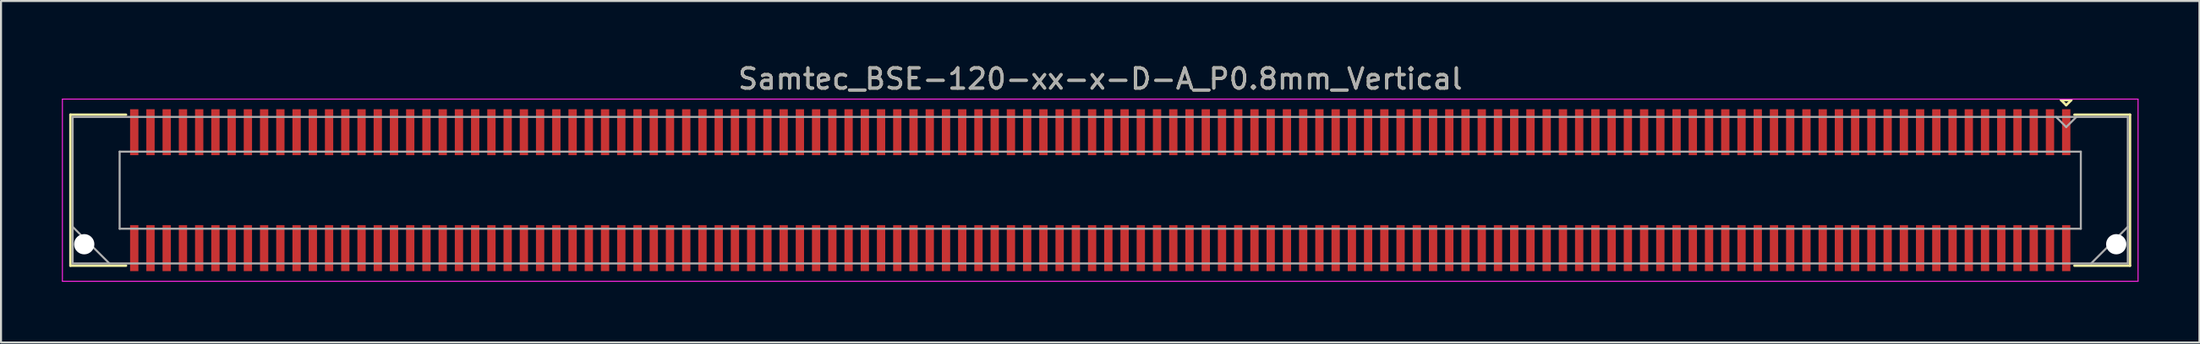
<source format=kicad_pcb>
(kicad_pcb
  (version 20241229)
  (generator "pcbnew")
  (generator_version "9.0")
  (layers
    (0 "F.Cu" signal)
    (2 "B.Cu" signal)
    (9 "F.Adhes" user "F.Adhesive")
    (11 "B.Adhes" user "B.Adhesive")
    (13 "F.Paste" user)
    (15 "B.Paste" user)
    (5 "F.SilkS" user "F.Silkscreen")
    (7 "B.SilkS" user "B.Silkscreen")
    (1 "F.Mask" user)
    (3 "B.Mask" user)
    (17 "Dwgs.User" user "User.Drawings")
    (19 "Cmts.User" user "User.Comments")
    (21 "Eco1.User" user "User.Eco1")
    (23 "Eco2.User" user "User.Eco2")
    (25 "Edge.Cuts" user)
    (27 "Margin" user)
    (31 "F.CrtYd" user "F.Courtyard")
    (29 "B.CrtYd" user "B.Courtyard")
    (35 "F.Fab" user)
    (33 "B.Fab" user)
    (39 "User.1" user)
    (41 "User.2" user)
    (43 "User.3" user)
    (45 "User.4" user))
  (footprint "Samtec_BSE-120-xx-x-D-A_P0.8mm_Vertical"
    (layer "F.Cu")
    (at 51.165 6.348)
    (property "Reference" "Samtec_BSE-120-xx-x-D-A_P0.8mm_Vertical" (at 0 -5.5 0) (layer "F.SilkS") (effects (font (size 1 1) (thickness 0.15))))
    (attr smd)
    (fp_line (start -50.745 -3.73) (end -48.005 -3.73) (stroke (width 0.12) (type solid)) (layer "F.SilkS"))
    (fp_line (start -50.745 3.73) (end -50.745 -3.73) (stroke (width 0.12) (type solid)) (layer "F.SilkS"))
    (fp_line (start -48.005 3.73) (end -50.745 3.73) (stroke (width 0.12) (type solid)) (layer "F.SilkS"))
    (fp_line (start 47.35 -4.45) (end 47.85 -4.45) (stroke (width 0.12) (type solid)) (layer "F.SilkS"))
    (fp_line (start 47.6 -4.2) (end 47.35 -4.45) (stroke (width 0.12) (type solid)) (layer "F.SilkS"))
    (fp_line (start 47.85 -4.45) (end 47.6 -4.2) (stroke (width 0.12) (type solid)) (layer "F.SilkS"))
    (fp_line (start 48.005 3.73) (end 50.745 3.73) (stroke (width 0.12) (type solid)) (layer "F.SilkS"))
    (fp_line (start 50.745 -3.73) (end 48.005 -3.73) (stroke (width 0.12) (type solid)) (layer "F.SilkS"))
    (fp_line (start 50.745 3.73) (end 50.745 -3.73) (stroke (width 0.12) (type solid)) (layer "F.SilkS"))
    (fp_line (start -51.14 -4.5) (end -51.14 4.5) (stroke (width 0.05) (type solid)) (layer "F.CrtYd"))
    (fp_line (start -51.14 4.5) (end 51.14 4.5) (stroke (width 0.05) (type solid)) (layer "F.CrtYd"))
    (fp_line (start 51.14 -4.5) (end -51.14 -4.5) (stroke (width 0.05) (type solid)) (layer "F.CrtYd"))
    (fp_line (start 51.14 4.5) (end 51.14 -4.5) (stroke (width 0.05) (type solid)) (layer "F.CrtYd"))
    (fp_line (start -50.635 -3.62) (end -50.635 3.62) (stroke (width 0.1) (type solid)) (layer "F.Fab"))
    (fp_line (start -50.635 1.81) (end -48.825 3.62) (stroke (width 0.1) (type solid)) (layer "F.Fab"))
    (fp_line (start -50.635 3.62) (end 50.635 3.62) (stroke (width 0.1) (type solid)) (layer "F.Fab"))
    (fp_line (start -48.32 -1.905) (end -48.32 1.905) (stroke (width 0.1) (type solid)) (layer "F.Fab"))
    (fp_line (start -48.32 1.905) (end 48.32 1.905) (stroke (width 0.1) (type solid)) (layer "F.Fab"))
    (fp_line (start 47.6 -3.12) (end 47.1 -3.62) (stroke (width 0.1) (type solid)) (layer "F.Fab"))
    (fp_line (start 48.1 -3.62) (end 47.6 -3.12) (stroke (width 0.1) (type solid)) (layer "F.Fab"))
    (fp_line (start 48.32 -1.905) (end -48.32 -1.905) (stroke (width 0.1) (type solid)) (layer "F.Fab"))
    (fp_line (start 48.32 1.905) (end 48.32 -1.905) (stroke (width 0.1) (type solid)) (layer "F.Fab"))
    (fp_line (start 50.635 -3.62) (end -50.635 -3.62) (stroke (width 0.1) (type solid)) (layer "F.Fab"))
    (fp_line (start 50.635 1.81) (end 48.825 3.62) (stroke (width 0.1) (type solid)) (layer "F.Fab"))
    (fp_line (start 50.635 3.62) (end 50.635 -3.62) (stroke (width 0.1) (type solid)) (layer "F.Fab"))
    (fp_text user "${REFERENCE}" (at 0 -5.5 0) (layer "F.Fab") (effects (font (size 1 1) (thickness 0.15))))
    (pad "" np_thru_hole circle (at -50.065 2.67) (size 1 1) (drill 1) (layers "*.Cu" "*.Mask"))
    (pad "" np_thru_hole circle (at 50.065 2.67) (size 1 1) (drill 1) (layers "*.Cu" "*.Mask"))
    (pad "1" smd rect (at 47.6 -2.865) (size 0.41 2.27) (layers "F.Cu" "F.Mask" "F.Paste"))
    (pad "2" smd rect (at 47.6 2.865) (size 0.41 2.27) (layers "F.Cu" "F.Mask" "F.Paste"))
    (pad "3" smd rect (at 46.8 -2.865) (size 0.41 2.27) (layers "F.Cu" "F.Mask" "F.Paste"))
    (pad "4" smd rect (at 46.8 2.865) (size 0.41 2.27) (layers "F.Cu" "F.Mask" "F.Paste"))
    (pad "5" smd rect (at 46 -2.865) (size 0.41 2.27) (layers "F.Cu" "F.Mask" "F.Paste"))
    (pad "6" smd rect (at 46 2.865) (size 0.41 2.27) (layers "F.Cu" "F.Mask" "F.Paste"))
    (pad "7" smd rect (at 45.2 -2.865) (size 0.41 2.27) (layers "F.Cu" "F.Mask" "F.Paste"))
    (pad "8" smd rect (at 45.2 2.865) (size 0.41 2.27) (layers "F.Cu" "F.Mask" "F.Paste"))
    (pad "9" smd rect (at 44.4 -2.865) (size 0.41 2.27) (layers "F.Cu" "F.Mask" "F.Paste"))
    (pad "10" smd rect (at 44.4 2.865) (size 0.41 2.27) (layers "F.Cu" "F.Mask" "F.Paste"))
    (pad "11" smd rect (at 43.6 -2.865) (size 0.41 2.27) (layers "F.Cu" "F.Mask" "F.Paste"))
    (pad "12" smd rect (at 43.6 2.865) (size 0.41 2.27) (layers "F.Cu" "F.Mask" "F.Paste"))
    (pad "13" smd rect (at 42.8 -2.865) (size 0.41 2.27) (layers "F.Cu" "F.Mask" "F.Paste"))
    (pad "14" smd rect (at 42.8 2.865) (size 0.41 2.27) (layers "F.Cu" "F.Mask" "F.Paste"))
    (pad "15" smd rect (at 42 -2.865) (size 0.41 2.27) (layers "F.Cu" "F.Mask" "F.Paste"))
    (pad "16" smd rect (at 42 2.865) (size 0.41 2.27) (layers "F.Cu" "F.Mask" "F.Paste"))
    (pad "17" smd rect (at 41.2 -2.865) (size 0.41 2.27) (layers "F.Cu" "F.Mask" "F.Paste"))
    (pad "18" smd rect (at 41.2 2.865) (size 0.41 2.27) (layers "F.Cu" "F.Mask" "F.Paste"))
    (pad "19" smd rect (at 40.4 -2.865) (size 0.41 2.27) (layers "F.Cu" "F.Mask" "F.Paste"))
    (pad "20" smd rect (at 40.4 2.865) (size 0.41 2.27) (layers "F.Cu" "F.Mask" "F.Paste"))
    (pad "21" smd rect (at 39.6 -2.865) (size 0.41 2.27) (layers "F.Cu" "F.Mask" "F.Paste"))
    (pad "22" smd rect (at 39.6 2.865) (size 0.41 2.27) (layers "F.Cu" "F.Mask" "F.Paste"))
    (pad "23" smd rect (at 38.8 -2.865) (size 0.41 2.27) (layers "F.Cu" "F.Mask" "F.Paste"))
    (pad "24" smd rect (at 38.8 2.865) (size 0.41 2.27) (layers "F.Cu" "F.Mask" "F.Paste"))
    (pad "25" smd rect (at 38 -2.865) (size 0.41 2.27) (layers "F.Cu" "F.Mask" "F.Paste"))
    (pad "26" smd rect (at 38 2.865) (size 0.41 2.27) (layers "F.Cu" "F.Mask" "F.Paste"))
    (pad "27" smd rect (at 37.2 -2.865) (size 0.41 2.27) (layers "F.Cu" "F.Mask" "F.Paste"))
    (pad "28" smd rect (at 37.2 2.865) (size 0.41 2.27) (layers "F.Cu" "F.Mask" "F.Paste"))
    (pad "29" smd rect (at 36.4 -2.865) (size 0.41 2.27) (layers "F.Cu" "F.Mask" "F.Paste"))
    (pad "30" smd rect (at 36.4 2.865) (size 0.41 2.27) (layers "F.Cu" "F.Mask" "F.Paste"))
    (pad "31" smd rect (at 35.6 -2.865) (size 0.41 2.27) (layers "F.Cu" "F.Mask" "F.Paste"))
    (pad "32" smd rect (at 35.6 2.865) (size 0.41 2.27) (layers "F.Cu" "F.Mask" "F.Paste"))
    (pad "33" smd rect (at 34.8 -2.865) (size 0.41 2.27) (layers "F.Cu" "F.Mask" "F.Paste"))
    (pad "34" smd rect (at 34.8 2.865) (size 0.41 2.27) (layers "F.Cu" "F.Mask" "F.Paste"))
    (pad "35" smd rect (at 34 -2.865) (size 0.41 2.27) (layers "F.Cu" "F.Mask" "F.Paste"))
    (pad "36" smd rect (at 34 2.865) (size 0.41 2.27) (layers "F.Cu" "F.Mask" "F.Paste"))
    (pad "37" smd rect (at 33.2 -2.865) (size 0.41 2.27) (layers "F.Cu" "F.Mask" "F.Paste"))
    (pad "38" smd rect (at 33.2 2.865) (size 0.41 2.27) (layers "F.Cu" "F.Mask" "F.Paste"))
    (pad "39" smd rect (at 32.4 -2.865) (size 0.41 2.27) (layers "F.Cu" "F.Mask" "F.Paste"))
    (pad "40" smd rect (at 32.4 2.865) (size 0.41 2.27) (layers "F.Cu" "F.Mask" "F.Paste"))
    (pad "41" smd rect (at 31.6 -2.865) (size 0.41 2.27) (layers "F.Cu" "F.Mask" "F.Paste"))
    (pad "42" smd rect (at 31.6 2.865) (size 0.41 2.27) (layers "F.Cu" "F.Mask" "F.Paste"))
    (pad "43" smd rect (at 30.8 -2.865) (size 0.41 2.27) (layers "F.Cu" "F.Mask" "F.Paste"))
    (pad "44" smd rect (at 30.8 2.865) (size 0.41 2.27) (layers "F.Cu" "F.Mask" "F.Paste"))
    (pad "45" smd rect (at 30 -2.865) (size 0.41 2.27) (layers "F.Cu" "F.Mask" "F.Paste"))
    (pad "46" smd rect (at 30 2.865) (size 0.41 2.27) (layers "F.Cu" "F.Mask" "F.Paste"))
    (pad "47" smd rect (at 29.2 -2.865) (size 0.41 2.27) (layers "F.Cu" "F.Mask" "F.Paste"))
    (pad "48" smd rect (at 29.2 2.865) (size 0.41 2.27) (layers "F.Cu" "F.Mask" "F.Paste"))
    (pad "49" smd rect (at 28.4 -2.865) (size 0.41 2.27) (layers "F.Cu" "F.Mask" "F.Paste"))
    (pad "50" smd rect (at 28.4 2.865) (size 0.41 2.27) (layers "F.Cu" "F.Mask" "F.Paste"))
    (pad "51" smd rect (at 27.6 -2.865) (size 0.41 2.27) (layers "F.Cu" "F.Mask" "F.Paste"))
    (pad "52" smd rect (at 27.6 2.865) (size 0.41 2.27) (layers "F.Cu" "F.Mask" "F.Paste"))
    (pad "53" smd rect (at 26.8 -2.865) (size 0.41 2.27) (layers "F.Cu" "F.Mask" "F.Paste"))
    (pad "54" smd rect (at 26.8 2.865) (size 0.41 2.27) (layers "F.Cu" "F.Mask" "F.Paste"))
    (pad "55" smd rect (at 26 -2.865) (size 0.41 2.27) (layers "F.Cu" "F.Mask" "F.Paste"))
    (pad "56" smd rect (at 26 2.865) (size 0.41 2.27) (layers "F.Cu" "F.Mask" "F.Paste"))
    (pad "57" smd rect (at 25.2 -2.865) (size 0.41 2.27) (layers "F.Cu" "F.Mask" "F.Paste"))
    (pad "58" smd rect (at 25.2 2.865) (size 0.41 2.27) (layers "F.Cu" "F.Mask" "F.Paste"))
    (pad "59" smd rect (at 24.4 -2.865) (size 0.41 2.27) (layers "F.Cu" "F.Mask" "F.Paste"))
    (pad "60" smd rect (at 24.4 2.865) (size 0.41 2.27) (layers "F.Cu" "F.Mask" "F.Paste"))
    (pad "61" smd rect (at 23.6 -2.865) (size 0.41 2.27) (layers "F.Cu" "F.Mask" "F.Paste"))
    (pad "62" smd rect (at 23.6 2.865) (size 0.41 2.27) (layers "F.Cu" "F.Mask" "F.Paste"))
    (pad "63" smd rect (at 22.8 -2.865) (size 0.41 2.27) (layers "F.Cu" "F.Mask" "F.Paste"))
    (pad "64" smd rect (at 22.8 2.865) (size 0.41 2.27) (layers "F.Cu" "F.Mask" "F.Paste"))
    (pad "65" smd rect (at 22 -2.865) (size 0.41 2.27) (layers "F.Cu" "F.Mask" "F.Paste"))
    (pad "66" smd rect (at 22 2.865) (size 0.41 2.27) (layers "F.Cu" "F.Mask" "F.Paste"))
    (pad "67" smd rect (at 21.2 -2.865) (size 0.41 2.27) (layers "F.Cu" "F.Mask" "F.Paste"))
    (pad "68" smd rect (at 21.2 2.865) (size 0.41 2.27) (layers "F.Cu" "F.Mask" "F.Paste"))
    (pad "69" smd rect (at 20.4 -2.865) (size 0.41 2.27) (layers "F.Cu" "F.Mask" "F.Paste"))
    (pad "70" smd rect (at 20.4 2.865) (size 0.41 2.27) (layers "F.Cu" "F.Mask" "F.Paste"))
    (pad "71" smd rect (at 19.6 -2.865) (size 0.41 2.27) (layers "F.Cu" "F.Mask" "F.Paste"))
    (pad "72" smd rect (at 19.6 2.865) (size 0.41 2.27) (layers "F.Cu" "F.Mask" "F.Paste"))
    (pad "73" smd rect (at 18.8 -2.865) (size 0.41 2.27) (layers "F.Cu" "F.Mask" "F.Paste"))
    (pad "74" smd rect (at 18.8 2.865) (size 0.41 2.27) (layers "F.Cu" "F.Mask" "F.Paste"))
    (pad "75" smd rect (at 18 -2.865) (size 0.41 2.27) (layers "F.Cu" "F.Mask" "F.Paste"))
    (pad "76" smd rect (at 18 2.865) (size 0.41 2.27) (layers "F.Cu" "F.Mask" "F.Paste"))
    (pad "77" smd rect (at 17.2 -2.865) (size 0.41 2.27) (layers "F.Cu" "F.Mask" "F.Paste"))
    (pad "78" smd rect (at 17.2 2.865) (size 0.41 2.27) (layers "F.Cu" "F.Mask" "F.Paste"))
    (pad "79" smd rect (at 16.4 -2.865) (size 0.41 2.27) (layers "F.Cu" "F.Mask" "F.Paste"))
    (pad "80" smd rect (at 16.4 2.865) (size 0.41 2.27) (layers "F.Cu" "F.Mask" "F.Paste"))
    (pad "81" smd rect (at 15.6 -2.865) (size 0.41 2.27) (layers "F.Cu" "F.Mask" "F.Paste"))
    (pad "82" smd rect (at 15.6 2.865) (size 0.41 2.27) (layers "F.Cu" "F.Mask" "F.Paste"))
    (pad "83" smd rect (at 14.8 -2.865) (size 0.41 2.27) (layers "F.Cu" "F.Mask" "F.Paste"))
    (pad "84" smd rect (at 14.8 2.865) (size 0.41 2.27) (layers "F.Cu" "F.Mask" "F.Paste"))
    (pad "85" smd rect (at 14 -2.865) (size 0.41 2.27) (layers "F.Cu" "F.Mask" "F.Paste"))
    (pad "86" smd rect (at 14 2.865) (size 0.41 2.27) (layers "F.Cu" "F.Mask" "F.Paste"))
    (pad "87" smd rect (at 13.2 -2.865) (size 0.41 2.27) (layers "F.Cu" "F.Mask" "F.Paste"))
    (pad "88" smd rect (at 13.2 2.865) (size 0.41 2.27) (layers "F.Cu" "F.Mask" "F.Paste"))
    (pad "89" smd rect (at 12.4 -2.865) (size 0.41 2.27) (layers "F.Cu" "F.Mask" "F.Paste"))
    (pad "90" smd rect (at 12.4 2.865) (size 0.41 2.27) (layers "F.Cu" "F.Mask" "F.Paste"))
    (pad "91" smd rect (at 11.6 -2.865) (size 0.41 2.27) (layers "F.Cu" "F.Mask" "F.Paste"))
    (pad "92" smd rect (at 11.6 2.865) (size 0.41 2.27) (layers "F.Cu" "F.Mask" "F.Paste"))
    (pad "93" smd rect (at 10.8 -2.865) (size 0.41 2.27) (layers "F.Cu" "F.Mask" "F.Paste"))
    (pad "94" smd rect (at 10.8 2.865) (size 0.41 2.27) (layers "F.Cu" "F.Mask" "F.Paste"))
    (pad "95" smd rect (at 10 -2.865) (size 0.41 2.27) (layers "F.Cu" "F.Mask" "F.Paste"))
    (pad "96" smd rect (at 10 2.865) (size 0.41 2.27) (layers "F.Cu" "F.Mask" "F.Paste"))
    (pad "97" smd rect (at 9.2 -2.865) (size 0.41 2.27) (layers "F.Cu" "F.Mask" "F.Paste"))
    (pad "98" smd rect (at 9.2 2.865) (size 0.41 2.27) (layers "F.Cu" "F.Mask" "F.Paste"))
    (pad "99" smd rect (at 8.4 -2.865) (size 0.41 2.27) (layers "F.Cu" "F.Mask" "F.Paste"))
    (pad "100" smd rect (at 8.4 2.865) (size 0.41 2.27) (layers "F.Cu" "F.Mask" "F.Paste"))
    (pad "101" smd rect (at 7.6 -2.865) (size 0.41 2.27) (layers "F.Cu" "F.Mask" "F.Paste"))
    (pad "102" smd rect (at 7.6 2.865) (size 0.41 2.27) (layers "F.Cu" "F.Mask" "F.Paste"))
    (pad "103" smd rect (at 6.8 -2.865) (size 0.41 2.27) (layers "F.Cu" "F.Mask" "F.Paste"))
    (pad "104" smd rect (at 6.8 2.865) (size 0.41 2.27) (layers "F.Cu" "F.Mask" "F.Paste"))
    (pad "105" smd rect (at 6 -2.865) (size 0.41 2.27) (layers "F.Cu" "F.Mask" "F.Paste"))
    (pad "106" smd rect (at 6 2.865) (size 0.41 2.27) (layers "F.Cu" "F.Mask" "F.Paste"))
    (pad "107" smd rect (at 5.2 -2.865) (size 0.41 2.27) (layers "F.Cu" "F.Mask" "F.Paste"))
    (pad "108" smd rect (at 5.2 2.865) (size 0.41 2.27) (layers "F.Cu" "F.Mask" "F.Paste"))
    (pad "109" smd rect (at 4.4 -2.865) (size 0.41 2.27) (layers "F.Cu" "F.Mask" "F.Paste"))
    (pad "110" smd rect (at 4.4 2.865) (size 0.41 2.27) (layers "F.Cu" "F.Mask" "F.Paste"))
    (pad "111" smd rect (at 3.6 -2.865) (size 0.41 2.27) (layers "F.Cu" "F.Mask" "F.Paste"))
    (pad "112" smd rect (at 3.6 2.865) (size 0.41 2.27) (layers "F.Cu" "F.Mask" "F.Paste"))
    (pad "113" smd rect (at 2.8 -2.865) (size 0.41 2.27) (layers "F.Cu" "F.Mask" "F.Paste"))
    (pad "114" smd rect (at 2.8 2.865) (size 0.41 2.27) (layers "F.Cu" "F.Mask" "F.Paste"))
    (pad "115" smd rect (at 2 -2.865) (size 0.41 2.27) (layers "F.Cu" "F.Mask" "F.Paste"))
    (pad "116" smd rect (at 2 2.865) (size 0.41 2.27) (layers "F.Cu" "F.Mask" "F.Paste"))
    (pad "117" smd rect (at 1.2 -2.865) (size 0.41 2.27) (layers "F.Cu" "F.Mask" "F.Paste"))
    (pad "118" smd rect (at 1.2 2.865) (size 0.41 2.27) (layers "F.Cu" "F.Mask" "F.Paste"))
    (pad "119" smd rect (at 0.4 -2.865) (size 0.41 2.27) (layers "F.Cu" "F.Mask" "F.Paste"))
    (pad "120" smd rect (at 0.4 2.865) (size 0.41 2.27) (layers "F.Cu" "F.Mask" "F.Paste"))
    (pad "121" smd rect (at -0.4 -2.865) (size 0.41 2.27) (layers "F.Cu" "F.Mask" "F.Paste"))
    (pad "122" smd rect (at -0.4 2.865) (size 0.41 2.27) (layers "F.Cu" "F.Mask" "F.Paste"))
    (pad "123" smd rect (at -1.2 -2.865) (size 0.41 2.27) (layers "F.Cu" "F.Mask" "F.Paste"))
    (pad "124" smd rect (at -1.2 2.865) (size 0.41 2.27) (layers "F.Cu" "F.Mask" "F.Paste"))
    (pad "125" smd rect (at -2 -2.865) (size 0.41 2.27) (layers "F.Cu" "F.Mask" "F.Paste"))
    (pad "126" smd rect (at -2 2.865) (size 0.41 2.27) (layers "F.Cu" "F.Mask" "F.Paste"))
    (pad "127" smd rect (at -2.8 -2.865) (size 0.41 2.27) (layers "F.Cu" "F.Mask" "F.Paste"))
    (pad "128" smd rect (at -2.8 2.865) (size 0.41 2.27) (layers "F.Cu" "F.Mask" "F.Paste"))
    (pad "129" smd rect (at -3.6 -2.865) (size 0.41 2.27) (layers "F.Cu" "F.Mask" "F.Paste"))
    (pad "130" smd rect (at -3.6 2.865) (size 0.41 2.27) (layers "F.Cu" "F.Mask" "F.Paste"))
    (pad "131" smd rect (at -4.4 -2.865) (size 0.41 2.27) (layers "F.Cu" "F.Mask" "F.Paste"))
    (pad "132" smd rect (at -4.4 2.865) (size 0.41 2.27) (layers "F.Cu" "F.Mask" "F.Paste"))
    (pad "133" smd rect (at -5.2 -2.865) (size 0.41 2.27) (layers "F.Cu" "F.Mask" "F.Paste"))
    (pad "134" smd rect (at -5.2 2.865) (size 0.41 2.27) (layers "F.Cu" "F.Mask" "F.Paste"))
    (pad "135" smd rect (at -6 -2.865) (size 0.41 2.27) (layers "F.Cu" "F.Mask" "F.Paste"))
    (pad "136" smd rect (at -6 2.865) (size 0.41 2.27) (layers "F.Cu" "F.Mask" "F.Paste"))
    (pad "137" smd rect (at -6.8 -2.865) (size 0.41 2.27) (layers "F.Cu" "F.Mask" "F.Paste"))
    (pad "138" smd rect (at -6.8 2.865) (size 0.41 2.27) (layers "F.Cu" "F.Mask" "F.Paste"))
    (pad "139" smd rect (at -7.6 -2.865) (size 0.41 2.27) (layers "F.Cu" "F.Mask" "F.Paste"))
    (pad "140" smd rect (at -7.6 2.865) (size 0.41 2.27) (layers "F.Cu" "F.Mask" "F.Paste"))
    (pad "141" smd rect (at -8.4 -2.865) (size 0.41 2.27) (layers "F.Cu" "F.Mask" "F.Paste"))
    (pad "142" smd rect (at -8.4 2.865) (size 0.41 2.27) (layers "F.Cu" "F.Mask" "F.Paste"))
    (pad "143" smd rect (at -9.2 -2.865) (size 0.41 2.27) (layers "F.Cu" "F.Mask" "F.Paste"))
    (pad "144" smd rect (at -9.2 2.865) (size 0.41 2.27) (layers "F.Cu" "F.Mask" "F.Paste"))
    (pad "145" smd rect (at -10 -2.865) (size 0.41 2.27) (layers "F.Cu" "F.Mask" "F.Paste"))
    (pad "146" smd rect (at -10 2.865) (size 0.41 2.27) (layers "F.Cu" "F.Mask" "F.Paste"))
    (pad "147" smd rect (at -10.8 -2.865) (size 0.41 2.27) (layers "F.Cu" "F.Mask" "F.Paste"))
    (pad "148" smd rect (at -10.8 2.865) (size 0.41 2.27) (layers "F.Cu" "F.Mask" "F.Paste"))
    (pad "149" smd rect (at -11.6 -2.865) (size 0.41 2.27) (layers "F.Cu" "F.Mask" "F.Paste"))
    (pad "150" smd rect (at -11.6 2.865) (size 0.41 2.27) (layers "F.Cu" "F.Mask" "F.Paste"))
    (pad "151" smd rect (at -12.4 -2.865) (size 0.41 2.27) (layers "F.Cu" "F.Mask" "F.Paste"))
    (pad "152" smd rect (at -12.4 2.865) (size 0.41 2.27) (layers "F.Cu" "F.Mask" "F.Paste"))
    (pad "153" smd rect (at -13.2 -2.865) (size 0.41 2.27) (layers "F.Cu" "F.Mask" "F.Paste"))
    (pad "154" smd rect (at -13.2 2.865) (size 0.41 2.27) (layers "F.Cu" "F.Mask" "F.Paste"))
    (pad "155" smd rect (at -14 -2.865) (size 0.41 2.27) (layers "F.Cu" "F.Mask" "F.Paste"))
    (pad "156" smd rect (at -14 2.865) (size 0.41 2.27) (layers "F.Cu" "F.Mask" "F.Paste"))
    (pad "157" smd rect (at -14.8 -2.865) (size 0.41 2.27) (layers "F.Cu" "F.Mask" "F.Paste"))
    (pad "158" smd rect (at -14.8 2.865) (size 0.41 2.27) (layers "F.Cu" "F.Mask" "F.Paste"))
    (pad "159" smd rect (at -15.6 -2.865) (size 0.41 2.27) (layers "F.Cu" "F.Mask" "F.Paste"))
    (pad "160" smd rect (at -15.6 2.865) (size 0.41 2.27) (layers "F.Cu" "F.Mask" "F.Paste"))
    (pad "161" smd rect (at -16.4 -2.865) (size 0.41 2.27) (layers "F.Cu" "F.Mask" "F.Paste"))
    (pad "162" smd rect (at -16.4 2.865) (size 0.41 2.27) (layers "F.Cu" "F.Mask" "F.Paste"))
    (pad "163" smd rect (at -17.2 -2.865) (size 0.41 2.27) (layers "F.Cu" "F.Mask" "F.Paste"))
    (pad "164" smd rect (at -17.2 2.865) (size 0.41 2.27) (layers "F.Cu" "F.Mask" "F.Paste"))
    (pad "165" smd rect (at -18 -2.865) (size 0.41 2.27) (layers "F.Cu" "F.Mask" "F.Paste"))
    (pad "166" smd rect (at -18 2.865) (size 0.41 2.27) (layers "F.Cu" "F.Mask" "F.Paste"))
    (pad "167" smd rect (at -18.8 -2.865) (size 0.41 2.27) (layers "F.Cu" "F.Mask" "F.Paste"))
    (pad "168" smd rect (at -18.8 2.865) (size 0.41 2.27) (layers "F.Cu" "F.Mask" "F.Paste"))
    (pad "169" smd rect (at -19.6 -2.865) (size 0.41 2.27) (layers "F.Cu" "F.Mask" "F.Paste"))
    (pad "170" smd rect (at -19.6 2.865) (size 0.41 2.27) (layers "F.Cu" "F.Mask" "F.Paste"))
    (pad "171" smd rect (at -20.4 -2.865) (size 0.41 2.27) (layers "F.Cu" "F.Mask" "F.Paste"))
    (pad "172" smd rect (at -20.4 2.865) (size 0.41 2.27) (layers "F.Cu" "F.Mask" "F.Paste"))
    (pad "173" smd rect (at -21.2 -2.865) (size 0.41 2.27) (layers "F.Cu" "F.Mask" "F.Paste"))
    (pad "174" smd rect (at -21.2 2.865) (size 0.41 2.27) (layers "F.Cu" "F.Mask" "F.Paste"))
    (pad "175" smd rect (at -22 -2.865) (size 0.41 2.27) (layers "F.Cu" "F.Mask" "F.Paste"))
    (pad "176" smd rect (at -22 2.865) (size 0.41 2.27) (layers "F.Cu" "F.Mask" "F.Paste"))
    (pad "177" smd rect (at -22.8 -2.865) (size 0.41 2.27) (layers "F.Cu" "F.Mask" "F.Paste"))
    (pad "178" smd rect (at -22.8 2.865) (size 0.41 2.27) (layers "F.Cu" "F.Mask" "F.Paste"))
    (pad "179" smd rect (at -23.6 -2.865) (size 0.41 2.27) (layers "F.Cu" "F.Mask" "F.Paste"))
    (pad "180" smd rect (at -23.6 2.865) (size 0.41 2.27) (layers "F.Cu" "F.Mask" "F.Paste"))
    (pad "181" smd rect (at -24.4 -2.865) (size 0.41 2.27) (layers "F.Cu" "F.Mask" "F.Paste"))
    (pad "182" smd rect (at -24.4 2.865) (size 0.41 2.27) (layers "F.Cu" "F.Mask" "F.Paste"))
    (pad "183" smd rect (at -25.2 -2.865) (size 0.41 2.27) (layers "F.Cu" "F.Mask" "F.Paste"))
    (pad "184" smd rect (at -25.2 2.865) (size 0.41 2.27) (layers "F.Cu" "F.Mask" "F.Paste"))
    (pad "185" smd rect (at -26 -2.865) (size 0.41 2.27) (layers "F.Cu" "F.Mask" "F.Paste"))
    (pad "186" smd rect (at -26 2.865) (size 0.41 2.27) (layers "F.Cu" "F.Mask" "F.Paste"))
    (pad "187" smd rect (at -26.8 -2.865) (size 0.41 2.27) (layers "F.Cu" "F.Mask" "F.Paste"))
    (pad "188" smd rect (at -26.8 2.865) (size 0.41 2.27) (layers "F.Cu" "F.Mask" "F.Paste"))
    (pad "189" smd rect (at -27.6 -2.865) (size 0.41 2.27) (layers "F.Cu" "F.Mask" "F.Paste"))
    (pad "190" smd rect (at -27.6 2.865) (size 0.41 2.27) (layers "F.Cu" "F.Mask" "F.Paste"))
    (pad "191" smd rect (at -28.4 -2.865) (size 0.41 2.27) (layers "F.Cu" "F.Mask" "F.Paste"))
    (pad "192" smd rect (at -28.4 2.865) (size 0.41 2.27) (layers "F.Cu" "F.Mask" "F.Paste"))
    (pad "193" smd rect (at -29.2 -2.865) (size 0.41 2.27) (layers "F.Cu" "F.Mask" "F.Paste"))
    (pad "194" smd rect (at -29.2 2.865) (size 0.41 2.27) (layers "F.Cu" "F.Mask" "F.Paste"))
    (pad "195" smd rect (at -30 -2.865) (size 0.41 2.27) (layers "F.Cu" "F.Mask" "F.Paste"))
    (pad "196" smd rect (at -30 2.865) (size 0.41 2.27) (layers "F.Cu" "F.Mask" "F.Paste"))
    (pad "197" smd rect (at -30.8 -2.865) (size 0.41 2.27) (layers "F.Cu" "F.Mask" "F.Paste"))
    (pad "198" smd rect (at -30.8 2.865) (size 0.41 2.27) (layers "F.Cu" "F.Mask" "F.Paste"))
    (pad "199" smd rect (at -31.6 -2.865) (size 0.41 2.27) (layers "F.Cu" "F.Mask" "F.Paste"))
    (pad "200" smd rect (at -31.6 2.865) (size 0.41 2.27) (layers "F.Cu" "F.Mask" "F.Paste"))
    (pad "201" smd rect (at -32.4 -2.865) (size 0.41 2.27) (layers "F.Cu" "F.Mask" "F.Paste"))
    (pad "202" smd rect (at -32.4 2.865) (size 0.41 2.27) (layers "F.Cu" "F.Mask" "F.Paste"))
    (pad "203" smd rect (at -33.2 -2.865) (size 0.41 2.27) (layers "F.Cu" "F.Mask" "F.Paste"))
    (pad "204" smd rect (at -33.2 2.865) (size 0.41 2.27) (layers "F.Cu" "F.Mask" "F.Paste"))
    (pad "205" smd rect (at -34 -2.865) (size 0.41 2.27) (layers "F.Cu" "F.Mask" "F.Paste"))
    (pad "206" smd rect (at -34 2.865) (size 0.41 2.27) (layers "F.Cu" "F.Mask" "F.Paste"))
    (pad "207" smd rect (at -34.8 -2.865) (size 0.41 2.27) (layers "F.Cu" "F.Mask" "F.Paste"))
    (pad "208" smd rect (at -34.8 2.865) (size 0.41 2.27) (layers "F.Cu" "F.Mask" "F.Paste"))
    (pad "209" smd rect (at -35.6 -2.865) (size 0.41 2.27) (layers "F.Cu" "F.Mask" "F.Paste"))
    (pad "210" smd rect (at -35.6 2.865) (size 0.41 2.27) (layers "F.Cu" "F.Mask" "F.Paste"))
    (pad "211" smd rect (at -36.4 -2.865) (size 0.41 2.27) (layers "F.Cu" "F.Mask" "F.Paste"))
    (pad "212" smd rect (at -36.4 2.865) (size 0.41 2.27) (layers "F.Cu" "F.Mask" "F.Paste"))
    (pad "213" smd rect (at -37.2 -2.865) (size 0.41 2.27) (layers "F.Cu" "F.Mask" "F.Paste"))
    (pad "214" smd rect (at -37.2 2.865) (size 0.41 2.27) (layers "F.Cu" "F.Mask" "F.Paste"))
    (pad "215" smd rect (at -38 -2.865) (size 0.41 2.27) (layers "F.Cu" "F.Mask" "F.Paste"))
    (pad "216" smd rect (at -38 2.865) (size 0.41 2.27) (layers "F.Cu" "F.Mask" "F.Paste"))
    (pad "217" smd rect (at -38.8 -2.865) (size 0.41 2.27) (layers "F.Cu" "F.Mask" "F.Paste"))
    (pad "218" smd rect (at -38.8 2.865) (size 0.41 2.27) (layers "F.Cu" "F.Mask" "F.Paste"))
    (pad "219" smd rect (at -39.6 -2.865) (size 0.41 2.27) (layers "F.Cu" "F.Mask" "F.Paste"))
    (pad "220" smd rect (at -39.6 2.865) (size 0.41 2.27) (layers "F.Cu" "F.Mask" "F.Paste"))
    (pad "221" smd rect (at -40.4 -2.865) (size 0.41 2.27) (layers "F.Cu" "F.Mask" "F.Paste"))
    (pad "222" smd rect (at -40.4 2.865) (size 0.41 2.27) (layers "F.Cu" "F.Mask" "F.Paste"))
    (pad "223" smd rect (at -41.2 -2.865) (size 0.41 2.27) (layers "F.Cu" "F.Mask" "F.Paste"))
    (pad "224" smd rect (at -41.2 2.865) (size 0.41 2.27) (layers "F.Cu" "F.Mask" "F.Paste"))
    (pad "225" smd rect (at -42 -2.865) (size 0.41 2.27) (layers "F.Cu" "F.Mask" "F.Paste"))
    (pad "226" smd rect (at -42 2.865) (size 0.41 2.27) (layers "F.Cu" "F.Mask" "F.Paste"))
    (pad "227" smd rect (at -42.8 -2.865) (size 0.41 2.27) (layers "F.Cu" "F.Mask" "F.Paste"))
    (pad "228" smd rect (at -42.8 2.865) (size 0.41 2.27) (layers "F.Cu" "F.Mask" "F.Paste"))
    (pad "229" smd rect (at -43.6 -2.865) (size 0.41 2.27) (layers "F.Cu" "F.Mask" "F.Paste"))
    (pad "230" smd rect (at -43.6 2.865) (size 0.41 2.27) (layers "F.Cu" "F.Mask" "F.Paste"))
    (pad "231" smd rect (at -44.4 -2.865) (size 0.41 2.27) (layers "F.Cu" "F.Mask" "F.Paste"))
    (pad "232" smd rect (at -44.4 2.865) (size 0.41 2.27) (layers "F.Cu" "F.Mask" "F.Paste"))
    (pad "233" smd rect (at -45.2 -2.865) (size 0.41 2.27) (layers "F.Cu" "F.Mask" "F.Paste"))
    (pad "234" smd rect (at -45.2 2.865) (size 0.41 2.27) (layers "F.Cu" "F.Mask" "F.Paste"))
    (pad "235" smd rect (at -46 -2.865) (size 0.41 2.27) (layers "F.Cu" "F.Mask" "F.Paste"))
    (pad "236" smd rect (at -46 2.865) (size 0.41 2.27) (layers "F.Cu" "F.Mask" "F.Paste"))
    (pad "237" smd rect (at -46.8 -2.865) (size 0.41 2.27) (layers "F.Cu" "F.Mask" "F.Paste"))
    (pad "238" smd rect (at -46.8 2.865) (size 0.41 2.27) (layers "F.Cu" "F.Mask" "F.Paste"))
    (pad "239" smd rect (at -47.6 -2.865) (size 0.41 2.27) (layers "F.Cu" "F.Mask" "F.Paste"))
    (pad "240" smd rect (at -47.6 2.865) (size 0.41 2.27) (layers "F.Cu" "F.Mask" "F.Paste")))
  (gr_rect
    (start -3 -3)
    (end 105.33 13.873)
    (stroke (width 0.1) (type default))
    (fill no)
    (layer "Edge.Cuts")))
</source>
